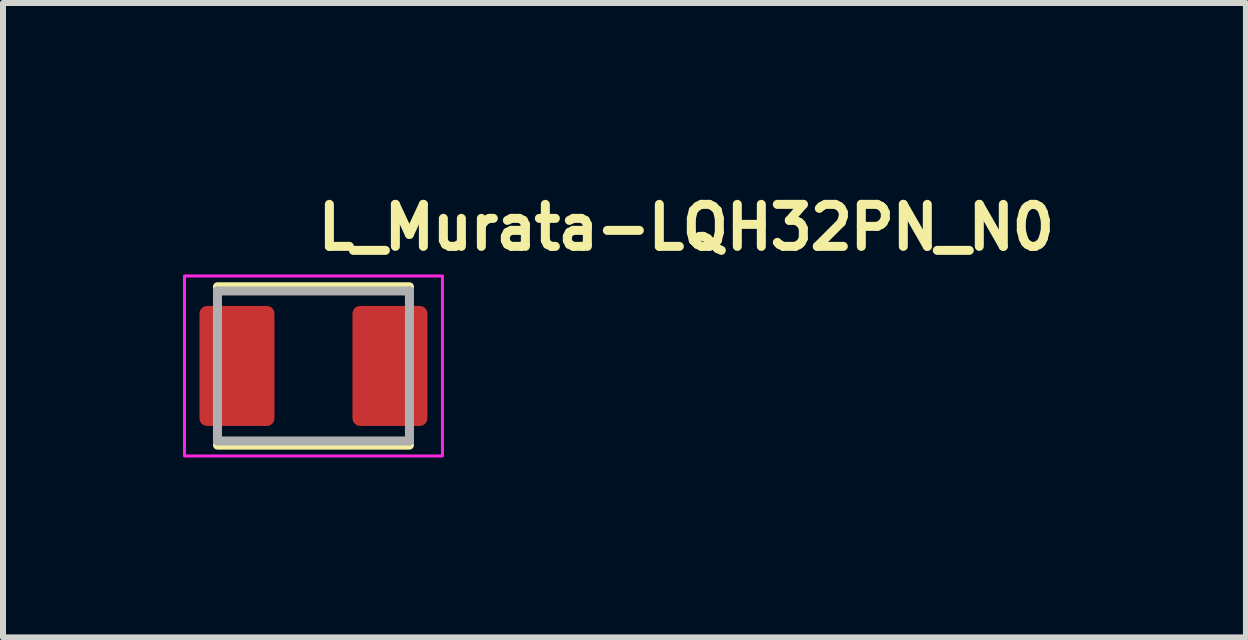
<source format=kicad_pcb>
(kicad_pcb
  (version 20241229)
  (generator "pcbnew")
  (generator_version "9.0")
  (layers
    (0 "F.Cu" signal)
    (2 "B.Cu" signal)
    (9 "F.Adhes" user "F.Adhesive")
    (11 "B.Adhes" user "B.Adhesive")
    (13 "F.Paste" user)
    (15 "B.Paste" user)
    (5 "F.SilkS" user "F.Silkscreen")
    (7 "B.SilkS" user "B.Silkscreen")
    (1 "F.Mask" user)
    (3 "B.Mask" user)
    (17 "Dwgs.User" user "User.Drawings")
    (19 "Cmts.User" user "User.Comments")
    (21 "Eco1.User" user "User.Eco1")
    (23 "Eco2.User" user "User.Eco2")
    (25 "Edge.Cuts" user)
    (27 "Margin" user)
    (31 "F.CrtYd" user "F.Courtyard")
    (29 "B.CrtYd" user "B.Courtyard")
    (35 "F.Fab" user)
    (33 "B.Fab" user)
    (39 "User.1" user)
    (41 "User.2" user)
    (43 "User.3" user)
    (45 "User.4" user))
  (footprint "L_Murata-LQH32PN_N0"
    (layer "F.Cu")
    (at 2.175 3.05)
    (property "Reference" "L_Murata-LQH32PN_N0" (at 0 -1.9 0) (layer "F.SilkS") (effects (font (size 0.7 0.7) (thickness 0.15)) (justify left bottom)))
    (attr smd)
    (fp_line (start -1.6 -1.32) (end 1.6 -1.32) (stroke (width 0.15) (type solid)) (layer "F.SilkS"))
    (fp_line (start -1.6 1.32) (end 1.6 1.32) (stroke (width 0.15) (type solid)) (layer "F.SilkS"))
    (fp_rect (start -2.15 -1.5) (end 2.15 1.5) (stroke (width 0.05) (type solid)) (fill no) (layer "F.CrtYd"))
    (fp_line (start -1.6 -1.25) (end 1.6 -1.25) (stroke (width 0.15) (type solid)) (layer "F.Fab"))
    (fp_line (start -1.6 1.25) (end -1.6 -1.25) (stroke (width 0.15) (type solid)) (layer "F.Fab"))
    (fp_line (start 1.6 -1.25) (end 1.6 1.25) (stroke (width 0.15) (type solid)) (layer "F.Fab"))
    (fp_line (start 1.6 1.25) (end -1.6 1.25) (stroke (width 0.15) (type solid)) (layer "F.Fab"))
    (fp_rect (start -1.6 -1.25) (end 1.6 1.25) (stroke (width 0.1) (type solid)) (fill no) (layer "User.5"))
    (fp_line (start -1.6 -1.25) (end -1.6 1.25) (stroke (width 0.02) (type solid)) (layer "User.9"))
    (fp_line (start -1.6 -1.25) (end -1.35 -1.25) (stroke (width 0.02) (type solid)) (layer "User.9"))
    (fp_line (start -1.6 1.25) (end -1.35 1.25) (stroke (width 0.02) (type solid)) (layer "User.9"))
    (fp_line (start -1.35 -1.25) (end 1.35 -1.25) (stroke (width 0.02) (type solid)) (layer "User.9"))
    (fp_line (start -1.35 -0.85) (end -1.35 -0.85) (stroke (width 0.02) (type solid)) (layer "User.9"))
    (fp_line (start -1.35 0.85) (end -1.35 0.85) (stroke (width 0.02) (type solid)) (layer "User.9"))
    (fp_line (start -1.35 1.25) (end -1.35 -1.25) (stroke (width 0.02) (type solid)) (layer "User.9"))
    (fp_line (start -1.35 1.25) (end 1.35 1.25) (stroke (width 0.02) (type solid)) (layer "User.9"))
    (fp_line (start -0.949 1.25) (end -0.948 1.25) (stroke (width 0.02) (type solid)) (layer "User.9"))
    (fp_line (start -0.948 -1.25) (end -0.949 -1.25) (stroke (width 0.02) (type solid)) (layer "User.9"))
    (fp_line (start 0.948 1.25) (end 0.949 1.25) (stroke (width 0.02) (type solid)) (layer "User.9"))
    (fp_line (start 0.969 -1.249) (end 0.948 -1.25) (stroke (width 0.02) (type solid)) (layer "User.9"))
    (fp_line (start 0.989 -1.248) (end 0.969 -1.249) (stroke (width 0.02) (type solid)) (layer "User.9"))
    (fp_line (start 1.008 -1.245) (end 0.989 -1.248) (stroke (width 0.02) (type solid)) (layer "User.9"))
    (fp_line (start 1.028 -1.242) (end 1.008 -1.245) (stroke (width 0.02) (type solid)) (layer "User.9"))
    (fp_line (start 1.048 -1.237) (end 1.028 -1.242) (stroke (width 0.02) (type solid)) (layer "User.9"))
    (fp_line (start 1.067 -1.232) (end 1.048 -1.237) (stroke (width 0.02) (type solid)) (layer "User.9"))
    (fp_line (start 1.086 -1.226) (end 1.067 -1.232) (stroke (width 0.02) (type solid)) (layer "User.9"))
    (fp_line (start 1.104 -1.218) (end 1.086 -1.226) (stroke (width 0.02) (type solid)) (layer "User.9"))
    (fp_line (start 1.122 -1.21) (end 1.104 -1.218) (stroke (width 0.02) (type solid)) (layer "User.9"))
    (fp_line (start 1.139 -1.201) (end 1.122 -1.21) (stroke (width 0.02) (type solid)) (layer "User.9"))
    (fp_line (start 1.157 -1.191) (end 1.139 -1.201) (stroke (width 0.02) (type solid)) (layer "User.9"))
    (fp_line (start 1.174 -1.181) (end 1.157 -1.191) (stroke (width 0.02) (type solid)) (layer "User.9"))
    (fp_line (start 1.19 -1.169) (end 1.174 -1.181) (stroke (width 0.02) (type solid)) (layer "User.9"))
    (fp_line (start 1.205 -1.157) (end 1.19 -1.169) (stroke (width 0.02) (type solid)) (layer "User.9"))
    (fp_line (start 1.22 -1.143) (end 1.205 -1.157) (stroke (width 0.02) (type solid)) (layer "User.9"))
    (fp_line (start 1.235 -1.129) (end 1.22 -1.143) (stroke (width 0.02) (type solid)) (layer "User.9"))
    (fp_line (start 1.235 -1.129) (end 1.235 -1.129) (stroke (width 0.02) (type solid)) (layer "User.9"))
    (fp_line (start 1.248 -1.116) (end 1.235 -1.129) (stroke (width 0.02) (type solid)) (layer "User.9"))
    (fp_line (start 1.26 -1.101) (end 1.248 -1.116) (stroke (width 0.02) (type solid)) (layer "User.9"))
    (fp_line (start 1.272 -1.086) (end 1.26 -1.101) (stroke (width 0.02) (type solid)) (layer "User.9"))
    (fp_line (start 1.283 -1.07) (end 1.272 -1.086) (stroke (width 0.02) (type solid)) (layer "User.9"))
    (fp_line (start 1.294 -1.053) (end 1.283 -1.07) (stroke (width 0.02) (type solid)) (layer "User.9"))
    (fp_line (start 1.303 -1.036) (end 1.294 -1.053) (stroke (width 0.02) (type solid)) (layer "User.9"))
    (fp_line (start 1.312 -1.018) (end 1.303 -1.036) (stroke (width 0.02) (type solid)) (layer "User.9"))
    (fp_line (start 1.32 -1) (end 1.312 -1.018) (stroke (width 0.02) (type solid)) (layer "User.9"))
    (fp_line (start 1.327 -0.983) (end 1.32 -1) (stroke (width 0.02) (type solid)) (layer "User.9"))
    (fp_line (start 1.333 -0.964) (end 1.327 -0.983) (stroke (width 0.02) (type solid)) (layer "User.9"))
    (fp_line (start 1.338 -0.945) (end 1.333 -0.964) (stroke (width 0.02) (type solid)) (layer "User.9"))
    (fp_line (start 1.342 -0.927) (end 1.338 -0.945) (stroke (width 0.02) (type solid)) (layer "User.9"))
    (fp_line (start 1.345 -0.908) (end 1.342 -0.927) (stroke (width 0.02) (type solid)) (layer "User.9"))
    (fp_line (start 1.348 -0.888) (end 1.345 -0.908) (stroke (width 0.02) (type solid)) (layer "User.9"))
    (fp_line (start 1.349 -0.869) (end 1.348 -0.888) (stroke (width 0.02) (type solid)) (layer "User.9"))
    (fp_line (start 1.35 -1.25) (end 1.6 -1.25) (stroke (width 0.02) (type solid)) (layer "User.9"))
    (fp_line (start 1.35 -0.85) (end 1.349 -0.869) (stroke (width 0.02) (type solid)) (layer "User.9"))
    (fp_line (start 1.35 0.85) (end 1.35 0.85) (stroke (width 0.02) (type solid)) (layer "User.9"))
    (fp_line (start 1.35 1.25) (end 1.35 -1.25) (stroke (width 0.02) (type solid)) (layer "User.9"))
    (fp_line (start 1.35 1.25) (end 1.6 1.25) (stroke (width 0.02) (type solid)) (layer "User.9"))
    (fp_line (start 1.6 -1.25) (end 1.6 1.25) (stroke (width 0.02) (type solid)) (layer "User.9"))
    (pad "1" smd roundrect (at -1.275 0) (size 1.25 2) (layers "F.Cu" "F.Mask" "F.Paste") (roundrect_rratio 0.1))
    (pad "2" smd roundrect (at 1.275 0) (size 1.25 2) (layers "F.Cu" "F.Mask" "F.Paste") (roundrect_rratio 0.1)))
  (gr_rect
    (start -3 -3)
    (end 17.718 7.575)
    (stroke (width 0.1) (type default))
    (fill no)
    (layer "Edge.Cuts")))
</source>
